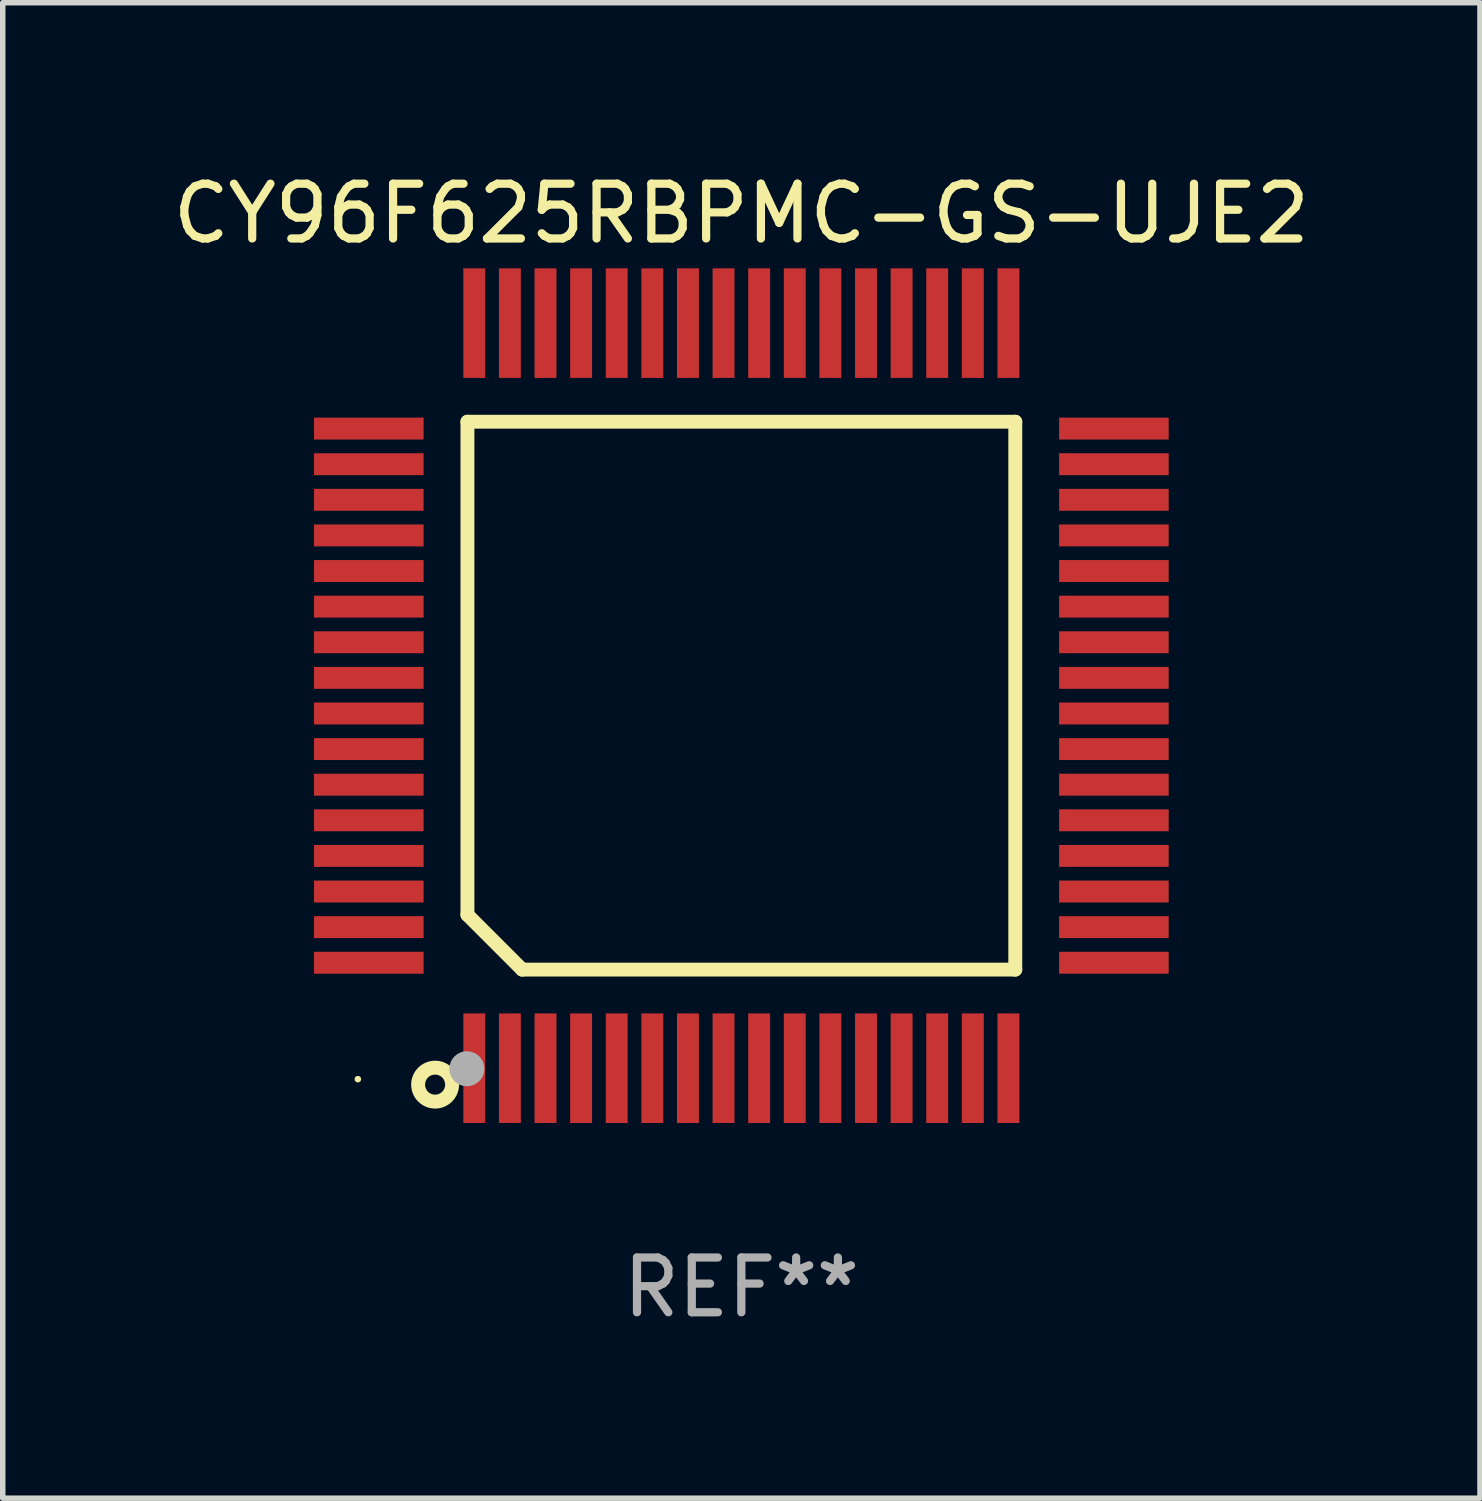
<source format=kicad_pcb>
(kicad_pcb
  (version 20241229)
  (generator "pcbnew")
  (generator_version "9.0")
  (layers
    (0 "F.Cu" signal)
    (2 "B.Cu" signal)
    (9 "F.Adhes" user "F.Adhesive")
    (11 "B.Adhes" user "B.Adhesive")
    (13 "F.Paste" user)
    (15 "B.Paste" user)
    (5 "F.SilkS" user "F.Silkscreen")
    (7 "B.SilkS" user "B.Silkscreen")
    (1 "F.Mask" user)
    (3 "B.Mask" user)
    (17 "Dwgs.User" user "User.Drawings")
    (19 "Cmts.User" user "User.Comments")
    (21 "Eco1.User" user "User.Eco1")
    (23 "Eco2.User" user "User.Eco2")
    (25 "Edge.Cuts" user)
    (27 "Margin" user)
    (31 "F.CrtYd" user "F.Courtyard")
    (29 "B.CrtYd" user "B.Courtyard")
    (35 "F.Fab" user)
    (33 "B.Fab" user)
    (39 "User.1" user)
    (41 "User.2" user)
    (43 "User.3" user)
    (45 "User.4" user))
  (footprint "CY96F625RBPMC-GS-UJE2"
    (layer "F.Cu")
    (at 10.482 9.648)
    (property "Reference" "CY96F625RBPMC-GS-UJE2" (at 0 -8.8 0) (layer "F.SilkS") (effects (font (size 1 1) (thickness 0.15))))
    (attr through_hole)
    (fp_line (start -5 -5) (end 5 -5) (stroke (width 0.254) (type solid)) (layer "F.SilkS"))
    (fp_line (start -5 4) (end -5 -5) (stroke (width 0.254) (type solid)) (layer "F.SilkS"))
    (fp_line (start -4 5) (end -5 4) (stroke (width 0.254) (type solid)) (layer "F.SilkS"))
    (fp_line (start 5 -5) (end 5 5) (stroke (width 0.254) (type solid)) (layer "F.SilkS"))
    (fp_line (start 5 5) (end -4 5) (stroke (width 0.254) (type solid)) (layer "F.SilkS"))
    (fp_circle (center -7 7) (end -6.97 7) (stroke (width 0.06) (type solid)) (fill no) (layer "F.SilkS"))
    (fp_circle (center -5.59 7.1) (end -5.28 7.1) (stroke (width 0.254) (type solid)) (fill no) (layer "F.SilkS"))
    (fp_circle (center -5.01 6.81) (end -4.85 6.81) (stroke (width 0.32) (type solid)) (fill no) (layer "F.Fab"))
    (fp_text user "REF**" (at 0 10.8 0) (layer "F.Fab") (effects (font (size 1 1) (thickness 0.15))))
    (pad "1" smd rect (at -4.875 6.8) (size 0.4 2) (layers "F.Cu" "F.Mask" "F.Paste"))
    (pad "2" smd rect (at -4.225 6.8) (size 0.4 2) (layers "F.Cu" "F.Mask" "F.Paste"))
    (pad "3" smd rect (at -3.575 6.8) (size 0.4 2) (layers "F.Cu" "F.Mask" "F.Paste"))
    (pad "4" smd rect (at -2.925 6.8) (size 0.4 2) (layers "F.Cu" "F.Mask" "F.Paste"))
    (pad "5" smd rect (at -2.275 6.8) (size 0.4 2) (layers "F.Cu" "F.Mask" "F.Paste"))
    (pad "6" smd rect (at -1.625 6.8) (size 0.4 2) (layers "F.Cu" "F.Mask" "F.Paste"))
    (pad "7" smd rect (at -0.975 6.8) (size 0.4 2) (layers "F.Cu" "F.Mask" "F.Paste"))
    (pad "8" smd rect (at -0.325 6.8) (size 0.4 2) (layers "F.Cu" "F.Mask" "F.Paste"))
    (pad "9" smd rect (at 0.325 6.8) (size 0.4 2) (layers "F.Cu" "F.Mask" "F.Paste"))
    (pad "10" smd rect (at 0.975 6.8) (size 0.4 2) (layers "F.Cu" "F.Mask" "F.Paste"))
    (pad "11" smd rect (at 1.625 6.8) (size 0.4 2) (layers "F.Cu" "F.Mask" "F.Paste"))
    (pad "12" smd rect (at 2.275 6.8) (size 0.4 2) (layers "F.Cu" "F.Mask" "F.Paste"))
    (pad "13" smd rect (at 2.925 6.8) (size 0.4 2) (layers "F.Cu" "F.Mask" "F.Paste"))
    (pad "14" smd rect (at 3.575 6.8) (size 0.4 2) (layers "F.Cu" "F.Mask" "F.Paste"))
    (pad "15" smd rect (at 4.225 6.8) (size 0.4 2) (layers "F.Cu" "F.Mask" "F.Paste"))
    (pad "16" smd rect (at 4.875 6.8) (size 0.4 2) (layers "F.Cu" "F.Mask" "F.Paste"))
    (pad "17" smd rect (at 6.8 4.875) (size 2 0.4) (layers "F.Cu" "F.Mask" "F.Paste"))
    (pad "18" smd rect (at 6.8 4.225) (size 2 0.4) (layers "F.Cu" "F.Mask" "F.Paste"))
    (pad "19" smd rect (at 6.8 3.575) (size 2 0.4) (layers "F.Cu" "F.Mask" "F.Paste"))
    (pad "20" smd rect (at 6.8 2.925) (size 2 0.4) (layers "F.Cu" "F.Mask" "F.Paste"))
    (pad "21" smd rect (at 6.8 2.275) (size 2 0.4) (layers "F.Cu" "F.Mask" "F.Paste"))
    (pad "22" smd rect (at 6.8 1.625) (size 2 0.4) (layers "F.Cu" "F.Mask" "F.Paste"))
    (pad "23" smd rect (at 6.8 0.975) (size 2 0.4) (layers "F.Cu" "F.Mask" "F.Paste"))
    (pad "24" smd rect (at 6.8 0.325) (size 2 0.4) (layers "F.Cu" "F.Mask" "F.Paste"))
    (pad "25" smd rect (at 6.8 -0.325) (size 2 0.4) (layers "F.Cu" "F.Mask" "F.Paste"))
    (pad "26" smd rect (at 6.8 -0.975) (size 2 0.4) (layers "F.Cu" "F.Mask" "F.Paste"))
    (pad "27" smd rect (at 6.8 -1.625) (size 2 0.4) (layers "F.Cu" "F.Mask" "F.Paste"))
    (pad "28" smd rect (at 6.8 -2.275) (size 2 0.4) (layers "F.Cu" "F.Mask" "F.Paste"))
    (pad "29" smd rect (at 6.8 -2.925) (size 2 0.4) (layers "F.Cu" "F.Mask" "F.Paste"))
    (pad "30" smd rect (at 6.8 -3.575) (size 2 0.4) (layers "F.Cu" "F.Mask" "F.Paste"))
    (pad "31" smd rect (at 6.8 -4.225) (size 2 0.4) (layers "F.Cu" "F.Mask" "F.Paste"))
    (pad "32" smd rect (at 6.8 -4.875) (size 2 0.4) (layers "F.Cu" "F.Mask" "F.Paste"))
    (pad "33" smd rect (at 4.875 -6.8) (size 0.4 2) (layers "F.Cu" "F.Mask" "F.Paste"))
    (pad "34" smd rect (at 4.225 -6.8) (size 0.4 2) (layers "F.Cu" "F.Mask" "F.Paste"))
    (pad "35" smd rect (at 3.575 -6.8) (size 0.4 2) (layers "F.Cu" "F.Mask" "F.Paste"))
    (pad "36" smd rect (at 2.925 -6.8) (size 0.4 2) (layers "F.Cu" "F.Mask" "F.Paste"))
    (pad "37" smd rect (at 2.275 -6.8) (size 0.4 2) (layers "F.Cu" "F.Mask" "F.Paste"))
    (pad "38" smd rect (at 1.625 -6.8) (size 0.4 2) (layers "F.Cu" "F.Mask" "F.Paste"))
    (pad "39" smd rect (at 0.975 -6.8) (size 0.4 2) (layers "F.Cu" "F.Mask" "F.Paste"))
    (pad "40" smd rect (at 0.325 -6.8) (size 0.4 2) (layers "F.Cu" "F.Mask" "F.Paste"))
    (pad "41" smd rect (at -0.325 -6.8) (size 0.4 2) (layers "F.Cu" "F.Mask" "F.Paste"))
    (pad "42" smd rect (at -0.975 -6.8) (size 0.4 2) (layers "F.Cu" "F.Mask" "F.Paste"))
    (pad "43" smd rect (at -1.625 -6.8) (size 0.4 2) (layers "F.Cu" "F.Mask" "F.Paste"))
    (pad "44" smd rect (at -2.275 -6.8) (size 0.4 2) (layers "F.Cu" "F.Mask" "F.Paste"))
    (pad "45" smd rect (at -2.925 -6.8) (size 0.4 2) (layers "F.Cu" "F.Mask" "F.Paste"))
    (pad "46" smd rect (at -3.575 -6.8) (size 0.4 2) (layers "F.Cu" "F.Mask" "F.Paste"))
    (pad "47" smd rect (at -4.225 -6.8) (size 0.4 2) (layers "F.Cu" "F.Mask" "F.Paste"))
    (pad "48" smd rect (at -4.875 -6.8) (size 0.4 2) (layers "F.Cu" "F.Mask" "F.Paste"))
    (pad "49" smd rect (at -6.8 -4.875) (size 2 0.4) (layers "F.Cu" "F.Mask" "F.Paste"))
    (pad "50" smd rect (at -6.8 -4.225) (size 2 0.4) (layers "F.Cu" "F.Mask" "F.Paste"))
    (pad "51" smd rect (at -6.8 -3.575) (size 2 0.4) (layers "F.Cu" "F.Mask" "F.Paste"))
    (pad "52" smd rect (at -6.8 -2.925) (size 2 0.4) (layers "F.Cu" "F.Mask" "F.Paste"))
    (pad "53" smd rect (at -6.8 -2.275) (size 2 0.4) (layers "F.Cu" "F.Mask" "F.Paste"))
    (pad "54" smd rect (at -6.8 -1.625) (size 2 0.4) (layers "F.Cu" "F.Mask" "F.Paste"))
    (pad "55" smd rect (at -6.8 -0.975) (size 2 0.4) (layers "F.Cu" "F.Mask" "F.Paste"))
    (pad "56" smd rect (at -6.8 -0.325) (size 2 0.4) (layers "F.Cu" "F.Mask" "F.Paste"))
    (pad "57" smd rect (at -6.8 0.325) (size 2 0.4) (layers "F.Cu" "F.Mask" "F.Paste"))
    (pad "58" smd rect (at -6.8 0.975) (size 2 0.4) (layers "F.Cu" "F.Mask" "F.Paste"))
    (pad "59" smd rect (at -6.8 1.625) (size 2 0.4) (layers "F.Cu" "F.Mask" "F.Paste"))
    (pad "60" smd rect (at -6.8 2.275) (size 2 0.4) (layers "F.Cu" "F.Mask" "F.Paste"))
    (pad "61" smd rect (at -6.8 2.925) (size 2 0.4) (layers "F.Cu" "F.Mask" "F.Paste"))
    (pad "62" smd rect (at -6.8 3.575) (size 2 0.4) (layers "F.Cu" "F.Mask" "F.Paste"))
    (pad "63" smd rect (at -6.8 4.225) (size 2 0.4) (layers "F.Cu" "F.Mask" "F.Paste"))
    (pad "64" smd rect (at -6.8 4.875) (size 2 0.4) (layers "F.Cu" "F.Mask" "F.Paste")))
  (gr_rect
    (start -3 -3)
    (end 23.964 24.297)
    (stroke (width 0.1) (type default))
    (fill no)
    (layer "Edge.Cuts")))
</source>
